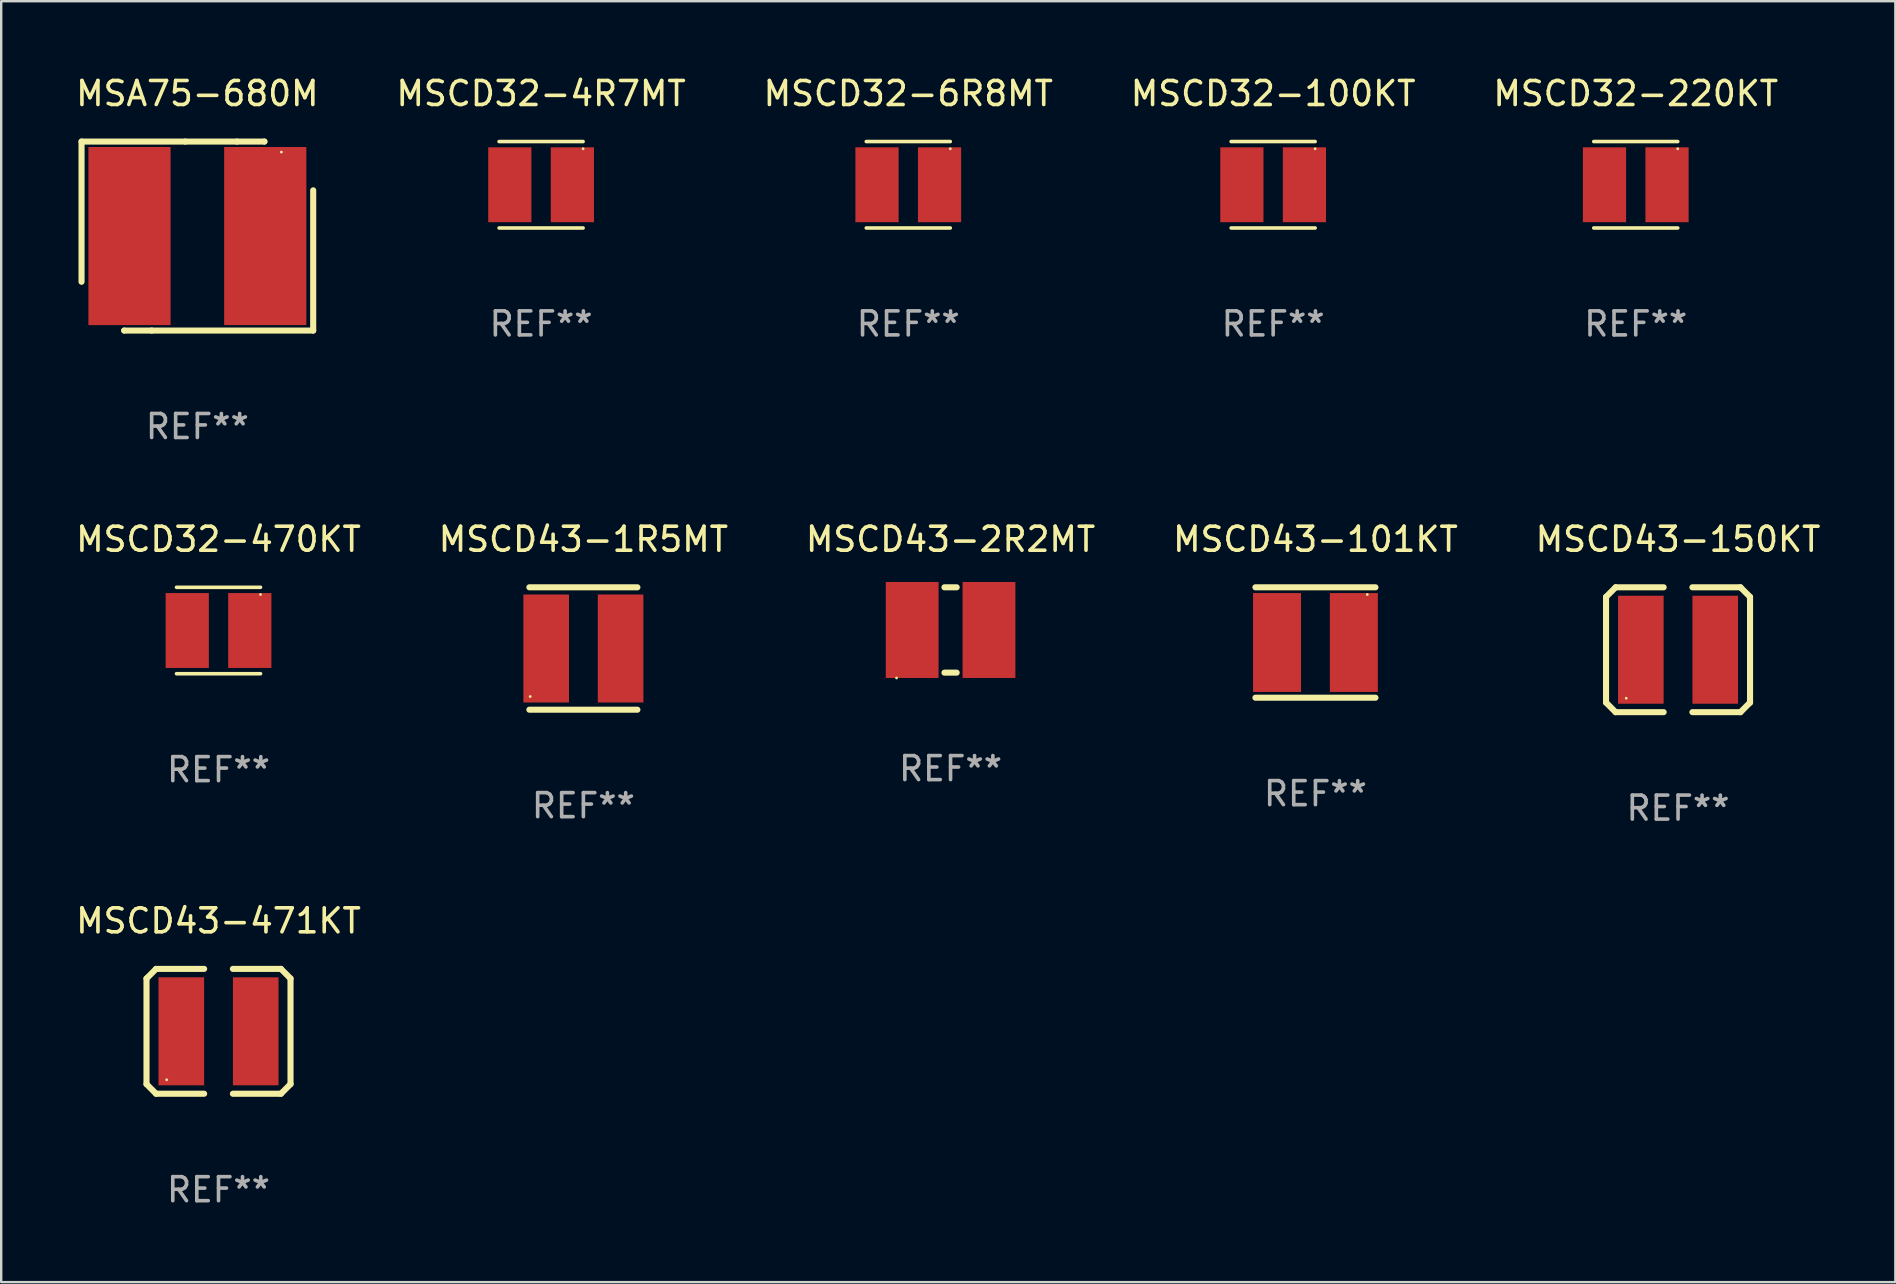
<source format=kicad_pcb>
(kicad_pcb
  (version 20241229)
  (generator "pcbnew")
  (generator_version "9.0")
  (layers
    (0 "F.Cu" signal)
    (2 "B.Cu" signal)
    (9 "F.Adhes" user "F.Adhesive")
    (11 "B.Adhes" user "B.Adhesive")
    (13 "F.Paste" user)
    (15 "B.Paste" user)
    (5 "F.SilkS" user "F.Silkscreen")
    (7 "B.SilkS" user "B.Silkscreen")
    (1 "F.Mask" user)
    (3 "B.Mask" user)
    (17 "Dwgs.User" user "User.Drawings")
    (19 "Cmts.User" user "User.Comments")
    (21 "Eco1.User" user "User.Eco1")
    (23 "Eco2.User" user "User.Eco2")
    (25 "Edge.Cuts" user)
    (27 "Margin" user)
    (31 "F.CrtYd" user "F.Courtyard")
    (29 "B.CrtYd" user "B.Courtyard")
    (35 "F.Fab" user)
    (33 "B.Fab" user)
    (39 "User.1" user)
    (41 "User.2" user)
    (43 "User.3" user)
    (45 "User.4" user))
  (footprint "MSCD43-2R2MT"
    (layer "F.Cu")
    (at 36.554 23.197)
    (property "Reference" "MSCD43-2R2MT" (at 0 -3.778 0) (layer "F.SilkS") (effects (font (size 1 1) (thickness 0.15))))
    (attr through_hole)
    (fp_line (start -0.254 -1.778) (end 0.254 -1.778) (stroke (width 0.254) (type solid)) (layer "F.SilkS"))
    (fp_line (start -0.254 1.778) (end 0.254 1.778) (stroke (width 0.254) (type solid)) (layer "F.SilkS"))
    (fp_circle (center -2.25 2) (end -2.22 2) (stroke (width 0.06) (type solid)) (fill no) (layer "F.SilkS"))
    (fp_text user "REF**" (at 0 5.778 0) (layer "F.Fab") (effects (font (size 1 1) (thickness 0.15))))
    (pad "1" smd rect (at -1.6 0 90) (size 4 2.2) (layers "F.Cu" "F.Mask" "F.Paste"))
    (pad "2" smd rect (at 1.6 0 90) (size 4 2.2) (layers "F.Cu" "F.Mask" "F.Paste")))
  (footprint "MSCD43-471KT"
    (layer "F.Cu")
    (at 6.054 39.918)
    (property "Reference" "MSCD43-471KT" (at 0 -4.601 0) (layer "F.SilkS") (effects (font (size 1 1) (thickness 0.15))))
    (attr through_hole)
    (fp_line (start -3 -2.2) (end -2.601 -2.601) (stroke (width 0.254) (type solid)) (layer "F.SilkS"))
    (fp_line (start -3 2.2) (end -3 -2.2) (stroke (width 0.254) (type solid)) (layer "F.SilkS"))
    (fp_line (start -2.601 -2.601) (end -0.599 -2.601) (stroke (width 0.254) (type solid)) (layer "F.SilkS"))
    (fp_line (start -2.601 2.601) (end -3 2.2) (stroke (width 0.254) (type solid)) (layer "F.SilkS"))
    (fp_line (start -0.599 2.601) (end -2.601 2.601) (stroke (width 0.254) (type solid)) (layer "F.SilkS"))
    (fp_line (start 0.599 -2.601) (end 2.601 -2.601) (stroke (width 0.254) (type solid)) (layer "F.SilkS"))
    (fp_line (start 2.601 -2.601) (end 3 -2.2) (stroke (width 0.254) (type solid)) (layer "F.SilkS"))
    (fp_line (start 2.601 2.601) (end 0.599 2.601) (stroke (width 0.254) (type solid)) (layer "F.SilkS"))
    (fp_line (start 3 -2.2) (end 3 2.2) (stroke (width 0.254) (type solid)) (layer "F.SilkS"))
    (fp_line (start 3 2.2) (end 2.601 2.601) (stroke (width 0.254) (type solid)) (layer "F.SilkS"))
    (fp_circle (center -2.159 2.02) (end -2.129 2.02) (stroke (width 0.06) (type solid)) (fill no) (layer "F.SilkS"))
    (fp_text user "REF**" (at 0 6.601 0) (layer "F.Fab") (effects (font (size 1 1) (thickness 0.15))))
    (pad "1" smd rect (at -1.55 0) (size 1.9 4.5) (layers "F.Cu" "F.Mask" "F.Paste"))
    (pad "2" smd rect (at 1.55 0) (size 1.9 4.5) (layers "F.Cu" "F.Mask" "F.Paste")))
  (footprint "MSCD32-6R8MT"
    (layer "F.Cu")
    (at 34.792 4.648)
    (property "Reference" "MSCD32-6R8MT" (at 0 -3.8 0) (layer "F.SilkS") (effects (font (size 1 1) (thickness 0.15))))
    (attr through_hole)
    (fp_line (start -1.75 -1.8) (end 1.75 -1.8) (stroke (width 0.15) (type solid)) (layer "F.SilkS"))
    (fp_line (start 1.75 1.8) (end -1.75 1.8) (stroke (width 0.15) (type solid)) (layer "F.SilkS"))
    (fp_circle (center 1.75 -1.5) (end 1.78 -1.5) (stroke (width 0.06) (type solid)) (fill no) (layer "F.SilkS"))
    (fp_text user "REF**" (at 0 5.8 0) (layer "F.Fab") (effects (font (size 1 1) (thickness 0.15))))
    (pad "1" smd rect (at 1.303 0.000051) (size 1.8 3.12) (layers "F.Cu" "F.Mask" "F.Paste"))
    (pad "2" smd rect (at -1.303 0.000051) (size 1.8 3.12) (layers "F.Cu" "F.Mask" "F.Paste")))
  (footprint "MSCD32-100KT"
    (layer "F.Cu")
    (at 49.994 4.648)
    (property "Reference" "MSCD32-100KT" (at 0 -3.8 0) (layer "F.SilkS") (effects (font (size 1 1) (thickness 0.15))))
    (attr through_hole)
    (fp_line (start -1.75 -1.8) (end 1.75 -1.8) (stroke (width 0.15) (type solid)) (layer "F.SilkS"))
    (fp_line (start 1.75 1.8) (end -1.75 1.8) (stroke (width 0.15) (type solid)) (layer "F.SilkS"))
    (fp_circle (center 1.75 -1.5) (end 1.78 -1.5) (stroke (width 0.06) (type solid)) (fill no) (layer "F.SilkS"))
    (fp_text user "REF**" (at 0 5.8 0) (layer "F.Fab") (effects (font (size 1 1) (thickness 0.15))))
    (pad "1" smd rect (at 1.303 0.000051) (size 1.8 3.12) (layers "F.Cu" "F.Mask" "F.Paste"))
    (pad "2" smd rect (at -1.303 0.000051) (size 1.8 3.12) (layers "F.Cu" "F.Mask" "F.Paste")))
  (footprint "MSCD43-101KT"
    (layer "F.Cu")
    (at 51.756 23.719)
    (property "Reference" "MSCD43-101KT" (at 0 -4.3 0) (layer "F.SilkS") (effects (font (size 1 1) (thickness 0.15))))
    (attr through_hole)
    (fp_line (start -2.5 -2.3) (end 2.5 -2.3) (stroke (width 0.254) (type solid)) (layer "F.SilkS"))
    (fp_line (start -2.5 2.3) (end 2.5 2.3) (stroke (width 0.254) (type solid)) (layer "F.SilkS"))
    (fp_circle (center 2.16 -2) (end 2.19 -2) (stroke (width 0.06) (type solid)) (fill no) (layer "F.SilkS"))
    (fp_text user "REF**" (at 0 6.3 0) (layer "F.Fab") (effects (font (size 1 1) (thickness 0.15))))
    (pad "1" smd rect (at 1.6 0) (size 2 4.12) (layers "F.Cu" "F.Mask" "F.Paste"))
    (pad "2" smd rect (at -1.6 0) (size 2 4.12) (layers "F.Cu" "F.Mask" "F.Paste")))
  (footprint "MSA75-680M"
    (layer "F.Cu")
    (at 5.173 6.785)
    (property "Reference" "MSA75-680M" (at 0 -5.937 0) (layer "F.SilkS") (effects (font (size 1 1) (thickness 0.15))))
    (attr through_hole)
    (fp_line (start -4.826 -3.937) (end -0.508 -3.937) (stroke (width 0.254) (type solid)) (layer "F.SilkS"))
    (fp_line (start -4.826 1.905) (end -4.826 -3.937) (stroke (width 0.254) (type solid)) (layer "F.SilkS"))
    (fp_line (start -3.048 3.937) (end -3.048 3.937) (stroke (width 0.254) (type solid)) (layer "F.SilkS"))
    (fp_line (start -1.905 3.937) (end -3.048 3.937) (stroke (width 0.254) (type solid)) (layer "F.SilkS"))
    (fp_line (start -0.508 -3.937) (end 1.651 -3.937) (stroke (width 0.254) (type solid)) (layer "F.SilkS"))
    (fp_line (start 1.651 -3.937) (end 2.794 -3.937) (stroke (width 0.254) (type solid)) (layer "F.SilkS"))
    (fp_line (start 2.794 -3.937) (end 2.794 -3.937) (stroke (width 0.254) (type solid)) (layer "F.SilkS"))
    (fp_line (start 4.826 -1.905) (end 4.826 3.937) (stroke (width 0.254) (type solid)) (layer "F.SilkS"))
    (fp_line (start 4.826 3.937) (end -1.905 3.937) (stroke (width 0.254) (type solid)) (layer "F.SilkS"))
    (fp_circle (center 3.5 -3.5) (end 3.53 -3.5) (stroke (width 0.06) (type solid)) (fill no) (layer "F.SilkS"))
    (fp_text user "REF**" (at 0 7.937 0) (layer "F.Fab") (effects (font (size 1 1) (thickness 0.15))))
    (pad "1" smd rect (at 2.828 0) (size 3.424 7.42) (layers "F.Cu" "F.Mask" "F.Paste"))
    (pad "2" smd rect (at -2.828 0) (size 3.424 7.42) (layers "F.Cu" "F.Mask" "F.Paste")))
  (footprint "MSCD43-1R5MT"
    (layer "F.Cu")
    (at 21.256 23.969)
    (property "Reference" "MSCD43-1R5MT" (at 0 -4.55 0) (layer "F.SilkS") (effects (font (size 1 1) (thickness 0.15))))
    (attr through_hole)
    (fp_line (start -2.25 -2.55) (end 2.25 -2.55) (stroke (width 0.254) (type solid)) (layer "F.SilkS"))
    (fp_line (start 2.25 2.55) (end -2.25 2.55) (stroke (width 0.254) (type solid)) (layer "F.SilkS"))
    (fp_circle (center -2.216 2) (end -2.186 2) (stroke (width 0.06) (type solid)) (fill no) (layer "F.SilkS"))
    (fp_text user "REF**" (at 0 6.55 0) (layer "F.Fab") (effects (font (size 1 1) (thickness 0.15))))
    (pad "1" smd rect (at -1.55 0 90) (size 4.5 1.9) (layers "F.Cu" "F.Mask" "F.Paste"))
    (pad "2" smd rect (at 1.55 0 90) (size 4.5 1.9) (layers "F.Cu" "F.Mask" "F.Paste")))
  (footprint "MSCD32-4R7MT"
    (layer "F.Cu")
    (at 19.494 4.648)
    (property "Reference" "MSCD32-4R7MT" (at 0 -3.8 0) (layer "F.SilkS") (effects (font (size 1 1) (thickness 0.15))))
    (attr through_hole)
    (fp_line (start -1.75 -1.8) (end 1.75 -1.8) (stroke (width 0.15) (type solid)) (layer "F.SilkS"))
    (fp_line (start 1.75 1.8) (end -1.75 1.8) (stroke (width 0.15) (type solid)) (layer "F.SilkS"))
    (fp_circle (center 1.75 -1.5) (end 1.78 -1.5) (stroke (width 0.06) (type solid)) (fill no) (layer "F.SilkS"))
    (fp_text user "REF**" (at 0 5.8 0) (layer "F.Fab") (effects (font (size 1 1) (thickness 0.15))))
    (pad "1" smd rect (at 1.303 0.000051) (size 1.8 3.12) (layers "F.Cu" "F.Mask" "F.Paste"))
    (pad "2" smd rect (at -1.303 0.000051) (size 1.8 3.12) (layers "F.Cu" "F.Mask" "F.Paste")))
  (footprint "MSCD43-150KT"
    (layer "F.Cu")
    (at 66.863 24.02)
    (property "Reference" "MSCD43-150KT" (at 0 -4.601 0) (layer "F.SilkS") (effects (font (size 1 1) (thickness 0.15))))
    (attr through_hole)
    (fp_line (start -3 -2.2) (end -2.601 -2.601) (stroke (width 0.254) (type solid)) (layer "F.SilkS"))
    (fp_line (start -3 2.2) (end -3 -2.2) (stroke (width 0.254) (type solid)) (layer "F.SilkS"))
    (fp_line (start -2.601 -2.601) (end -0.599 -2.601) (stroke (width 0.254) (type solid)) (layer "F.SilkS"))
    (fp_line (start -2.601 2.601) (end -3 2.2) (stroke (width 0.254) (type solid)) (layer "F.SilkS"))
    (fp_line (start -0.599 2.601) (end -2.601 2.601) (stroke (width 0.254) (type solid)) (layer "F.SilkS"))
    (fp_line (start 0.599 -2.601) (end 2.601 -2.601) (stroke (width 0.254) (type solid)) (layer "F.SilkS"))
    (fp_line (start 2.601 -2.601) (end 3 -2.2) (stroke (width 0.254) (type solid)) (layer "F.SilkS"))
    (fp_line (start 2.601 2.601) (end 0.599 2.601) (stroke (width 0.254) (type solid)) (layer "F.SilkS"))
    (fp_line (start 3 -2.2) (end 3 2.2) (stroke (width 0.254) (type solid)) (layer "F.SilkS"))
    (fp_line (start 3 2.2) (end 2.601 2.601) (stroke (width 0.254) (type solid)) (layer "F.SilkS"))
    (fp_circle (center -2.159 2.02) (end -2.129 2.02) (stroke (width 0.06) (type solid)) (fill no) (layer "F.SilkS"))
    (fp_text user "REF**" (at 0 6.601 0) (layer "F.Fab") (effects (font (size 1 1) (thickness 0.15))))
    (pad "1" smd rect (at -1.55 0) (size 1.9 4.5) (layers "F.Cu" "F.Mask" "F.Paste"))
    (pad "2" smd rect (at 1.55 0) (size 1.9 4.5) (layers "F.Cu" "F.Mask" "F.Paste")))
  (footprint "MSCD32-220KT"
    (layer "F.Cu")
    (at 65.101 4.648)
    (property "Reference" "MSCD32-220KT" (at 0 -3.8 0) (layer "F.SilkS") (effects (font (size 1 1) (thickness 0.15))))
    (attr through_hole)
    (fp_line (start -1.75 -1.8) (end 1.75 -1.8) (stroke (width 0.15) (type solid)) (layer "F.SilkS"))
    (fp_line (start 1.75 1.8) (end -1.75 1.8) (stroke (width 0.15) (type solid)) (layer "F.SilkS"))
    (fp_circle (center 1.75 -1.5) (end 1.78 -1.5) (stroke (width 0.06) (type solid)) (fill no) (layer "F.SilkS"))
    (fp_text user "REF**" (at 0 5.8 0) (layer "F.Fab") (effects (font (size 1 1) (thickness 0.15))))
    (pad "1" smd rect (at 1.303 0.000051) (size 1.8 3.12) (layers "F.Cu" "F.Mask" "F.Paste"))
    (pad "2" smd rect (at -1.303 0.000051) (size 1.8 3.12) (layers "F.Cu" "F.Mask" "F.Paste")))
  (footprint "MSCD32-470KT"
    (layer "F.Cu")
    (at 6.054 23.219)
    (property "Reference" "MSCD32-470KT" (at 0 -3.8 0) (layer "F.SilkS") (effects (font (size 1 1) (thickness 0.15))))
    (attr through_hole)
    (fp_line (start -1.75 -1.8) (end 1.75 -1.8) (stroke (width 0.15) (type solid)) (layer "F.SilkS"))
    (fp_line (start 1.75 1.8) (end -1.75 1.8) (stroke (width 0.15) (type solid)) (layer "F.SilkS"))
    (fp_circle (center 1.75 -1.5) (end 1.78 -1.5) (stroke (width 0.06) (type solid)) (fill no) (layer "F.SilkS"))
    (fp_text user "REF**" (at 0 5.8 0) (layer "F.Fab") (effects (font (size 1 1) (thickness 0.15))))
    (pad "1" smd rect (at 1.303 0.000051) (size 1.8 3.12) (layers "F.Cu" "F.Mask" "F.Paste"))
    (pad "2" smd rect (at -1.303 0.000051) (size 1.8 3.12) (layers "F.Cu" "F.Mask" "F.Paste")))
  (gr_rect
    (start -3 -3)
    (end 75.917 50.367)
    (stroke (width 0.1) (type default))
    (fill no)
    (layer "Edge.Cuts")))
</source>
